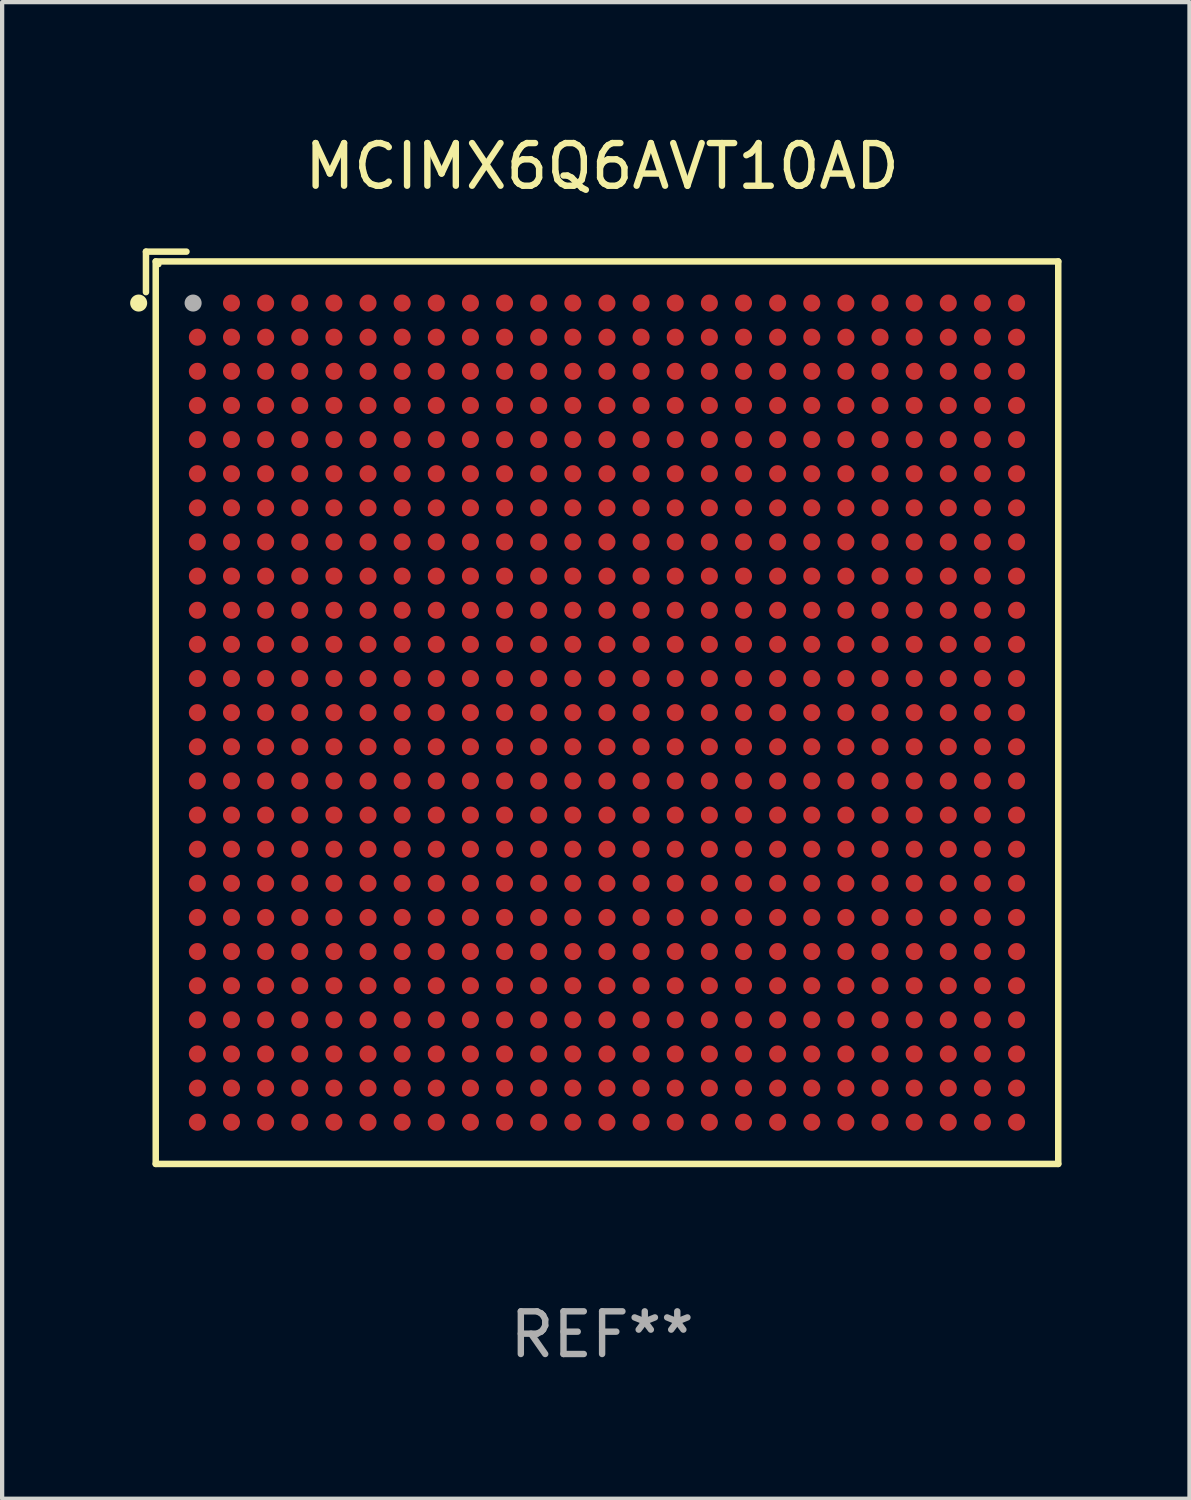
<source format=kicad_pcb>
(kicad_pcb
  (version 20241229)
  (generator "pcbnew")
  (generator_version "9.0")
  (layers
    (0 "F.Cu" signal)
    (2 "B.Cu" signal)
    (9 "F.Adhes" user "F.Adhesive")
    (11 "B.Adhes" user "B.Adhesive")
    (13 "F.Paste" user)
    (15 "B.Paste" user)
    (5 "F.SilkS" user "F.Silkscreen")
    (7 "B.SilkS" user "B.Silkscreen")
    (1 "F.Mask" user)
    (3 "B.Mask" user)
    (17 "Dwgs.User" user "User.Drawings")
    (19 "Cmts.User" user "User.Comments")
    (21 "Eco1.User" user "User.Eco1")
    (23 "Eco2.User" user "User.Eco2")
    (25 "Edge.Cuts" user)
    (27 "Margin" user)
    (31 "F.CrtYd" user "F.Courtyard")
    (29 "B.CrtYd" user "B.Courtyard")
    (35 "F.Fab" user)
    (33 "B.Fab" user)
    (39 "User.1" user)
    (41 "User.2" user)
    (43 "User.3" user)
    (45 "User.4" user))
  (footprint "MCIMX6Q6AVT10AD"
    (layer "F.Cu")
    (at 11.062 13.539)
    (property "Reference" "MCIMX6Q6AVT10AD" (at 0 -12.691 0) (layer "F.SilkS") (effects (font (size 1 1) (thickness 0.15))))
    (attr through_hole)
    (fp_line (start -10.691 -10.691) (end -10.691 -9.742) (stroke (width 0.152) (type solid)) (layer "F.SilkS"))
    (fp_line (start -10.462 -10.462) (end 10.691 -10.462) (stroke (width 0.152) (type solid)) (layer "F.SilkS"))
    (fp_line (start -10.462 10.691) (end -10.462 -10.462) (stroke (width 0.152) (type solid)) (layer "F.SilkS"))
    (fp_line (start -9.742 -10.691) (end -10.691 -10.691) (stroke (width 0.152) (type solid)) (layer "F.SilkS"))
    (fp_line (start 10.691 -10.462) (end 10.691 10.691) (stroke (width 0.152) (type solid)) (layer "F.SilkS"))
    (fp_line (start 10.691 10.691) (end -10.462 10.691) (stroke (width 0.152) (type solid)) (layer "F.SilkS"))
    (fp_circle (center -10.862 -9.486) (end -10.762 -9.486) (stroke (width 0.2) (type solid)) (fill no) (layer "F.SilkS"))
    (fp_circle (center -10.386 -10.386) (end -10.356 -10.386) (stroke (width 0.06) (type solid)) (fill no) (layer "F.SilkS"))
    (fp_circle (center -9.586 -9.486) (end -9.486 -9.486) (stroke (width 0.2) (type solid)) (fill no) (layer "F.Fab"))
    (fp_text user "REF**" (at 0 14.691 0) (layer "F.Fab") (effects (font (size 1 1) (thickness 0.15))))
    (pad "A2" smd circle (at -8.686 -9.486) (size 0.4 0.4) (layers "F.Cu" "F.Mask" "F.Paste"))
    (pad "A3" smd circle (at -7.886 -9.486) (size 0.4 0.4) (layers "F.Cu" "F.Mask" "F.Paste"))
    (pad "A4" smd circle (at -7.086 -9.486) (size 0.4 0.4) (layers "F.Cu" "F.Mask" "F.Paste"))
    (pad "A5" smd circle (at -6.286 -9.486) (size 0.4 0.4) (layers "F.Cu" "F.Mask" "F.Paste"))
    (pad "A6" smd circle (at -5.486 -9.486) (size 0.4 0.4) (layers "F.Cu" "F.Mask" "F.Paste"))
    (pad "A7" smd circle (at -4.686 -9.486) (size 0.4 0.4) (layers "F.Cu" "F.Mask" "F.Paste"))
    (pad "A8" smd circle (at -3.886 -9.486) (size 0.4 0.4) (layers "F.Cu" "F.Mask" "F.Paste"))
    (pad "A9" smd circle (at -3.086 -9.486) (size 0.4 0.4) (layers "F.Cu" "F.Mask" "F.Paste"))
    (pad "A10" smd circle (at -2.286 -9.486) (size 0.4 0.4) (layers "F.Cu" "F.Mask" "F.Paste"))
    (pad "A11" smd circle (at -1.486 -9.486) (size 0.4 0.4) (layers "F.Cu" "F.Mask" "F.Paste"))
    (pad "A12" smd circle (at -0.686 -9.486) (size 0.4 0.4) (layers "F.Cu" "F.Mask" "F.Paste"))
    (pad "A13" smd circle (at 0.114 -9.486) (size 0.4 0.4) (layers "F.Cu" "F.Mask" "F.Paste"))
    (pad "A14" smd circle (at 0.914 -9.486) (size 0.4 0.4) (layers "F.Cu" "F.Mask" "F.Paste"))
    (pad "A15" smd circle (at 1.714 -9.486) (size 0.4 0.4) (layers "F.Cu" "F.Mask" "F.Paste"))
    (pad "A16" smd circle (at 2.514 -9.486) (size 0.4 0.4) (layers "F.Cu" "F.Mask" "F.Paste"))
    (pad "A17" smd circle (at 3.314 -9.486) (size 0.4 0.4) (layers "F.Cu" "F.Mask" "F.Paste"))
    (pad "A18" smd circle (at 4.114 -9.486) (size 0.4 0.4) (layers "F.Cu" "F.Mask" "F.Paste"))
    (pad "A19" smd circle (at 4.914 -9.486) (size 0.4 0.4) (layers "F.Cu" "F.Mask" "F.Paste"))
    (pad "A20" smd circle (at 5.714 -9.486) (size 0.4 0.4) (layers "F.Cu" "F.Mask" "F.Paste"))
    (pad "A21" smd circle (at 6.514 -9.486) (size 0.4 0.4) (layers "F.Cu" "F.Mask" "F.Paste"))
    (pad "A22" smd circle (at 7.314 -9.486) (size 0.4 0.4) (layers "F.Cu" "F.Mask" "F.Paste"))
    (pad "A23" smd circle (at 8.114 -9.486) (size 0.4 0.4) (layers "F.Cu" "F.Mask" "F.Paste"))
    (pad "A24" smd circle (at 8.914 -9.486) (size 0.4 0.4) (layers "F.Cu" "F.Mask" "F.Paste"))
    (pad "A25" smd circle (at 9.714 -9.486) (size 0.4 0.4) (layers "F.Cu" "F.Mask" "F.Paste"))
    (pad "AA1" smd circle (at -9.486 6.514) (size 0.4 0.4) (layers "F.Cu" "F.Mask" "F.Paste"))
    (pad "AA2" smd circle (at -8.686 6.514) (size 0.4 0.4) (layers "F.Cu" "F.Mask" "F.Paste"))
    (pad "AA3" smd circle (at -7.886 6.514) (size 0.4 0.4) (layers "F.Cu" "F.Mask" "F.Paste"))
    (pad "AA4" smd circle (at -7.086 6.514) (size 0.4 0.4) (layers "F.Cu" "F.Mask" "F.Paste"))
    (pad "AA5" smd circle (at -6.286 6.514) (size 0.4 0.4) (layers "F.Cu" "F.Mask" "F.Paste"))
    (pad "AA6" smd circle (at -5.486 6.514) (size 0.4 0.4) (layers "F.Cu" "F.Mask" "F.Paste"))
    (pad "AA7" smd circle (at -4.686 6.514) (size 0.4 0.4) (layers "F.Cu" "F.Mask" "F.Paste"))
    (pad "AA8" smd circle (at -3.886 6.514) (size 0.4 0.4) (layers "F.Cu" "F.Mask" "F.Paste"))
    (pad "AA9" smd circle (at -3.086 6.514) (size 0.4 0.4) (layers "F.Cu" "F.Mask" "F.Paste"))
    (pad "AA10" smd circle (at -2.286 6.514) (size 0.4 0.4) (layers "F.Cu" "F.Mask" "F.Paste"))
    (pad "AA11" smd circle (at -1.486 6.514) (size 0.4 0.4) (layers "F.Cu" "F.Mask" "F.Paste"))
    (pad "AA12" smd circle (at -0.686 6.514) (size 0.4 0.4) (layers "F.Cu" "F.Mask" "F.Paste"))
    (pad "AA13" smd circle (at 0.114 6.514) (size 0.4 0.4) (layers "F.Cu" "F.Mask" "F.Paste"))
    (pad "AA14" smd circle (at 0.914 6.514) (size 0.4 0.4) (layers "F.Cu" "F.Mask" "F.Paste"))
    (pad "AA15" smd circle (at 1.714 6.514) (size 0.4 0.4) (layers "F.Cu" "F.Mask" "F.Paste"))
    (pad "AA16" smd circle (at 2.514 6.514) (size 0.4 0.4) (layers "F.Cu" "F.Mask" "F.Paste"))
    (pad "AA17" smd circle (at 3.314 6.514) (size 0.4 0.4) (layers "F.Cu" "F.Mask" "F.Paste"))
    (pad "AA18" smd circle (at 4.114 6.514) (size 0.4 0.4) (layers "F.Cu" "F.Mask" "F.Paste"))
    (pad "AA19" smd circle (at 4.914 6.514) (size 0.4 0.4) (layers "F.Cu" "F.Mask" "F.Paste"))
    (pad "AA20" smd circle (at 5.714 6.514) (size 0.4 0.4) (layers "F.Cu" "F.Mask" "F.Paste"))
    (pad "AA21" smd circle (at 6.514 6.514) (size 0.4 0.4) (layers "F.Cu" "F.Mask" "F.Paste"))
    (pad "AA22" smd circle (at 7.314 6.514) (size 0.4 0.4) (layers "F.Cu" "F.Mask" "F.Paste"))
    (pad "AA23" smd circle (at 8.114 6.514) (size 0.4 0.4) (layers "F.Cu" "F.Mask" "F.Paste"))
    (pad "AA24" smd circle (at 8.914 6.514) (size 0.4 0.4) (layers "F.Cu" "F.Mask" "F.Paste"))
    (pad "AA25" smd circle (at 9.714 6.514) (size 0.4 0.4) (layers "F.Cu" "F.Mask" "F.Paste"))
    (pad "AB1" smd circle (at -9.486 7.314) (size 0.4 0.4) (layers "F.Cu" "F.Mask" "F.Paste"))
    (pad "AB2" smd circle (at -8.686 7.314) (size 0.4 0.4) (layers "F.Cu" "F.Mask" "F.Paste"))
    (pad "AB3" smd circle (at -7.886 7.314) (size 0.4 0.4) (layers "F.Cu" "F.Mask" "F.Paste"))
    (pad "AB4" smd circle (at -7.086 7.314) (size 0.4 0.4) (layers "F.Cu" "F.Mask" "F.Paste"))
    (pad "AB5" smd circle (at -6.286 7.314) (size 0.4 0.4) (layers "F.Cu" "F.Mask" "F.Paste"))
    (pad "AB6" smd circle (at -5.486 7.314) (size 0.4 0.4) (layers "F.Cu" "F.Mask" "F.Paste"))
    (pad "AB7" smd circle (at -4.686 7.314) (size 0.4 0.4) (layers "F.Cu" "F.Mask" "F.Paste"))
    (pad "AB8" smd circle (at -3.886 7.314) (size 0.4 0.4) (layers "F.Cu" "F.Mask" "F.Paste"))
    (pad "AB9" smd circle (at -3.086 7.314) (size 0.4 0.4) (layers "F.Cu" "F.Mask" "F.Paste"))
    (pad "AB10" smd circle (at -2.286 7.314) (size 0.4 0.4) (layers "F.Cu" "F.Mask" "F.Paste"))
    (pad "AB11" smd circle (at -1.486 7.314) (size 0.4 0.4) (layers "F.Cu" "F.Mask" "F.Paste"))
    (pad "AB12" smd circle (at -0.686 7.314) (size 0.4 0.4) (layers "F.Cu" "F.Mask" "F.Paste"))
    (pad "AB13" smd circle (at 0.114 7.314) (size 0.4 0.4) (layers "F.Cu" "F.Mask" "F.Paste"))
    (pad "AB14" smd circle (at 0.914 7.314) (size 0.4 0.4) (layers "F.Cu" "F.Mask" "F.Paste"))
    (pad "AB15" smd circle (at 1.714 7.314) (size 0.4 0.4) (layers "F.Cu" "F.Mask" "F.Paste"))
    (pad "AB16" smd circle (at 2.514 7.314) (size 0.4 0.4) (layers "F.Cu" "F.Mask" "F.Paste"))
    (pad "AB17" smd circle (at 3.314 7.314) (size 0.4 0.4) (layers "F.Cu" "F.Mask" "F.Paste"))
    (pad "AB18" smd circle (at 4.114 7.314) (size 0.4 0.4) (layers "F.Cu" "F.Mask" "F.Paste"))
    (pad "AB19" smd circle (at 4.914 7.314) (size 0.4 0.4) (layers "F.Cu" "F.Mask" "F.Paste"))
    (pad "AB20" smd circle (at 5.714 7.314) (size 0.4 0.4) (layers "F.Cu" "F.Mask" "F.Paste"))
    (pad "AB21" smd circle (at 6.514 7.314) (size 0.4 0.4) (layers "F.Cu" "F.Mask" "F.Paste"))
    (pad "AB22" smd circle (at 7.314 7.314) (size 0.4 0.4) (layers "F.Cu" "F.Mask" "F.Paste"))
    (pad "AB23" smd circle (at 8.114 7.314) (size 0.4 0.4) (layers "F.Cu" "F.Mask" "F.Paste"))
    (pad "AB24" smd circle (at 8.914 7.314) (size 0.4 0.4) (layers "F.Cu" "F.Mask" "F.Paste"))
    (pad "AB25" smd circle (at 9.714 7.314) (size 0.4 0.4) (layers "F.Cu" "F.Mask" "F.Paste"))
    (pad "AC1" smd circle (at -9.486 8.114) (size 0.4 0.4) (layers "F.Cu" "F.Mask" "F.Paste"))
    (pad "AC2" smd circle (at -8.686 8.114) (size 0.4 0.4) (layers "F.Cu" "F.Mask" "F.Paste"))
    (pad "AC3" smd circle (at -7.886 8.114) (size 0.4 0.4) (layers "F.Cu" "F.Mask" "F.Paste"))
    (pad "AC4" smd circle (at -7.086 8.114) (size 0.4 0.4) (layers "F.Cu" "F.Mask" "F.Paste"))
    (pad "AC5" smd circle (at -6.286 8.114) (size 0.4 0.4) (layers "F.Cu" "F.Mask" "F.Paste"))
    (pad "AC6" smd circle (at -5.486 8.114) (size 0.4 0.4) (layers "F.Cu" "F.Mask" "F.Paste"))
    (pad "AC7" smd circle (at -4.686 8.114) (size 0.4 0.4) (layers "F.Cu" "F.Mask" "F.Paste"))
    (pad "AC8" smd circle (at -3.886 8.114) (size 0.4 0.4) (layers "F.Cu" "F.Mask" "F.Paste"))
    (pad "AC9" smd circle (at -3.086 8.114) (size 0.4 0.4) (layers "F.Cu" "F.Mask" "F.Paste"))
    (pad "AC10" smd circle (at -2.286 8.114) (size 0.4 0.4) (layers "F.Cu" "F.Mask" "F.Paste"))
    (pad "AC11" smd circle (at -1.486 8.114) (size 0.4 0.4) (layers "F.Cu" "F.Mask" "F.Paste"))
    (pad "AC12" smd circle (at -0.686 8.114) (size 0.4 0.4) (layers "F.Cu" "F.Mask" "F.Paste"))
    (pad "AC13" smd circle (at 0.114 8.114) (size 0.4 0.4) (layers "F.Cu" "F.Mask" "F.Paste"))
    (pad "AC14" smd circle (at 0.914 8.114) (size 0.4 0.4) (layers "F.Cu" "F.Mask" "F.Paste"))
    (pad "AC15" smd circle (at 1.714 8.114) (size 0.4 0.4) (layers "F.Cu" "F.Mask" "F.Paste"))
    (pad "AC16" smd circle (at 2.514 8.114) (size 0.4 0.4) (layers "F.Cu" "F.Mask" "F.Paste"))
    (pad "AC17" smd circle (at 3.314 8.114) (size 0.4 0.4) (layers "F.Cu" "F.Mask" "F.Paste"))
    (pad "AC18" smd circle (at 4.114 8.114) (size 0.4 0.4) (layers "F.Cu" "F.Mask" "F.Paste"))
    (pad "AC19" smd circle (at 4.914 8.114) (size 0.4 0.4) (layers "F.Cu" "F.Mask" "F.Paste"))
    (pad "AC20" smd circle (at 5.714 8.114) (size 0.4 0.4) (layers "F.Cu" "F.Mask" "F.Paste"))
    (pad "AC21" smd circle (at 6.514 8.114) (size 0.4 0.4) (layers "F.Cu" "F.Mask" "F.Paste"))
    (pad "AC22" smd circle (at 7.314 8.114) (size 0.4 0.4) (layers "F.Cu" "F.Mask" "F.Paste"))
    (pad "AC23" smd circle (at 8.114 8.114) (size 0.4 0.4) (layers "F.Cu" "F.Mask" "F.Paste"))
    (pad "AC24" smd circle (at 8.914 8.114) (size 0.4 0.4) (layers "F.Cu" "F.Mask" "F.Paste"))
    (pad "AC25" smd circle (at 9.714 8.114) (size 0.4 0.4) (layers "F.Cu" "F.Mask" "F.Paste"))
    (pad "AD1" smd circle (at -9.486 8.914) (size 0.4 0.4) (layers "F.Cu" "F.Mask" "F.Paste"))
    (pad "AD2" smd circle (at -8.686 8.914) (size 0.4 0.4) (layers "F.Cu" "F.Mask" "F.Paste"))
    (pad "AD3" smd circle (at -7.886 8.914) (size 0.4 0.4) (layers "F.Cu" "F.Mask" "F.Paste"))
    (pad "AD4" smd circle (at -7.086 8.914) (size 0.4 0.4) (layers "F.Cu" "F.Mask" "F.Paste"))
    (pad "AD5" smd circle (at -6.286 8.914) (size 0.4 0.4) (layers "F.Cu" "F.Mask" "F.Paste"))
    (pad "AD6" smd circle (at -5.486 8.914) (size 0.4 0.4) (layers "F.Cu" "F.Mask" "F.Paste"))
    (pad "AD7" smd circle (at -4.686 8.914) (size 0.4 0.4) (layers "F.Cu" "F.Mask" "F.Paste"))
    (pad "AD8" smd circle (at -3.886 8.914) (size 0.4 0.4) (layers "F.Cu" "F.Mask" "F.Paste"))
    (pad "AD9" smd circle (at -3.086 8.914) (size 0.4 0.4) (layers "F.Cu" "F.Mask" "F.Paste"))
    (pad "AD10" smd circle (at -2.286 8.914) (size 0.4 0.4) (layers "F.Cu" "F.Mask" "F.Paste"))
    (pad "AD11" smd circle (at -1.486 8.914) (size 0.4 0.4) (layers "F.Cu" "F.Mask" "F.Paste"))
    (pad "AD12" smd circle (at -0.686 8.914) (size 0.4 0.4) (layers "F.Cu" "F.Mask" "F.Paste"))
    (pad "AD13" smd circle (at 0.114 8.914) (size 0.4 0.4) (layers "F.Cu" "F.Mask" "F.Paste"))
    (pad "AD14" smd circle (at 0.914 8.914) (size 0.4 0.4) (layers "F.Cu" "F.Mask" "F.Paste"))
    (pad "AD15" smd circle (at 1.714 8.914) (size 0.4 0.4) (layers "F.Cu" "F.Mask" "F.Paste"))
    (pad "AD16" smd circle (at 2.514 8.914) (size 0.4 0.4) (layers "F.Cu" "F.Mask" "F.Paste"))
    (pad "AD17" smd circle (at 3.314 8.914) (size 0.4 0.4) (layers "F.Cu" "F.Mask" "F.Paste"))
    (pad "AD18" smd circle (at 4.114 8.914) (size 0.4 0.4) (layers "F.Cu" "F.Mask" "F.Paste"))
    (pad "AD19" smd circle (at 4.914 8.914) (size 0.4 0.4) (layers "F.Cu" "F.Mask" "F.Paste"))
    (pad "AD20" smd circle (at 5.714 8.914) (size 0.4 0.4) (layers "F.Cu" "F.Mask" "F.Paste"))
    (pad "AD21" smd circle (at 6.514 8.914) (size 0.4 0.4) (layers "F.Cu" "F.Mask" "F.Paste"))
    (pad "AD22" smd circle (at 7.314 8.914) (size 0.4 0.4) (layers "F.Cu" "F.Mask" "F.Paste"))
    (pad "AD23" smd circle (at 8.114 8.914) (size 0.4 0.4) (layers "F.Cu" "F.Mask" "F.Paste"))
    (pad "AD24" smd circle (at 8.914 8.914) (size 0.4 0.4) (layers "F.Cu" "F.Mask" "F.Paste"))
    (pad "AD25" smd circle (at 9.714 8.914) (size 0.4 0.4) (layers "F.Cu" "F.Mask" "F.Paste"))
    (pad "AE1" smd circle (at -9.486 9.714) (size 0.4 0.4) (layers "F.Cu" "F.Mask" "F.Paste"))
    (pad "AE2" smd circle (at -8.686 9.714) (size 0.4 0.4) (layers "F.Cu" "F.Mask" "F.Paste"))
    (pad "AE3" smd circle (at -7.886 9.714) (size 0.4 0.4) (layers "F.Cu" "F.Mask" "F.Paste"))
    (pad "AE4" smd circle (at -7.086 9.714) (size 0.4 0.4) (layers "F.Cu" "F.Mask" "F.Paste"))
    (pad "AE5" smd circle (at -6.286 9.714) (size 0.4 0.4) (layers "F.Cu" "F.Mask" "F.Paste"))
    (pad "AE6" smd circle (at -5.486 9.714) (size 0.4 0.4) (layers "F.Cu" "F.Mask" "F.Paste"))
    (pad "AE7" smd circle (at -4.686 9.714) (size 0.4 0.4) (layers "F.Cu" "F.Mask" "F.Paste"))
    (pad "AE8" smd circle (at -3.886 9.714) (size 0.4 0.4) (layers "F.Cu" "F.Mask" "F.Paste"))
    (pad "AE9" smd circle (at -3.086 9.714) (size 0.4 0.4) (layers "F.Cu" "F.Mask" "F.Paste"))
    (pad "AE10" smd circle (at -2.286 9.714) (size 0.4 0.4) (layers "F.Cu" "F.Mask" "F.Paste"))
    (pad "AE11" smd circle (at -1.486 9.714) (size 0.4 0.4) (layers "F.Cu" "F.Mask" "F.Paste"))
    (pad "AE12" smd circle (at -0.686 9.714) (size 0.4 0.4) (layers "F.Cu" "F.Mask" "F.Paste"))
    (pad "AE13" smd circle (at 0.114 9.714) (size 0.4 0.4) (layers "F.Cu" "F.Mask" "F.Paste"))
    (pad "AE14" smd circle (at 0.914 9.714) (size 0.4 0.4) (layers "F.Cu" "F.Mask" "F.Paste"))
    (pad "AE15" smd circle (at 1.714 9.714) (size 0.4 0.4) (layers "F.Cu" "F.Mask" "F.Paste"))
    (pad "AE16" smd circle (at 2.514 9.714) (size 0.4 0.4) (layers "F.Cu" "F.Mask" "F.Paste"))
    (pad "AE17" smd circle (at 3.314 9.714) (size 0.4 0.4) (layers "F.Cu" "F.Mask" "F.Paste"))
    (pad "AE18" smd circle (at 4.114 9.714) (size 0.4 0.4) (layers "F.Cu" "F.Mask" "F.Paste"))
    (pad "AE19" smd circle (at 4.914 9.714) (size 0.4 0.4) (layers "F.Cu" "F.Mask" "F.Paste"))
    (pad "AE20" smd circle (at 5.714 9.714) (size 0.4 0.4) (layers "F.Cu" "F.Mask" "F.Paste"))
    (pad "AE21" smd circle (at 6.514 9.714) (size 0.4 0.4) (layers "F.Cu" "F.Mask" "F.Paste"))
    (pad "AE22" smd circle (at 7.314 9.714) (size 0.4 0.4) (layers "F.Cu" "F.Mask" "F.Paste"))
    (pad "AE23" smd circle (at 8.114 9.714) (size 0.4 0.4) (layers "F.Cu" "F.Mask" "F.Paste"))
    (pad "AE24" smd circle (at 8.914 9.714) (size 0.4 0.4) (layers "F.Cu" "F.Mask" "F.Paste"))
    (pad "AE25" smd circle (at 9.714 9.714) (size 0.4 0.4) (layers "F.Cu" "F.Mask" "F.Paste"))
    (pad "B1" smd circle (at -9.486 -8.686) (size 0.4 0.4) (layers "F.Cu" "F.Mask" "F.Paste"))
    (pad "B2" smd circle (at -8.686 -8.686) (size 0.4 0.4) (layers "F.Cu" "F.Mask" "F.Paste"))
    (pad "B3" smd circle (at -7.886 -8.686) (size 0.4 0.4) (layers "F.Cu" "F.Mask" "F.Paste"))
    (pad "B4" smd circle (at -7.086 -8.686) (size 0.4 0.4) (layers "F.Cu" "F.Mask" "F.Paste"))
    (pad "B5" smd circle (at -6.286 -8.686) (size 0.4 0.4) (layers "F.Cu" "F.Mask" "F.Paste"))
    (pad "B6" smd circle (at -5.486 -8.686) (size 0.4 0.4) (layers "F.Cu" "F.Mask" "F.Paste"))
    (pad "B7" smd circle (at -4.686 -8.686) (size 0.4 0.4) (layers "F.Cu" "F.Mask" "F.Paste"))
    (pad "B8" smd circle (at -3.886 -8.686) (size 0.4 0.4) (layers "F.Cu" "F.Mask" "F.Paste"))
    (pad "B9" smd circle (at -3.086 -8.686) (size 0.4 0.4) (layers "F.Cu" "F.Mask" "F.Paste"))
    (pad "B10" smd circle (at -2.286 -8.686) (size 0.4 0.4) (layers "F.Cu" "F.Mask" "F.Paste"))
    (pad "B11" smd circle (at -1.486 -8.686) (size 0.4 0.4) (layers "F.Cu" "F.Mask" "F.Paste"))
    (pad "B12" smd circle (at -0.686 -8.686) (size 0.4 0.4) (layers "F.Cu" "F.Mask" "F.Paste"))
    (pad "B13" smd circle (at 0.114 -8.686) (size 0.4 0.4) (layers "F.Cu" "F.Mask" "F.Paste"))
    (pad "B14" smd circle (at 0.914 -8.686) (size 0.4 0.4) (layers "F.Cu" "F.Mask" "F.Paste"))
    (pad "B15" smd circle (at 1.714 -8.686) (size 0.4 0.4) (layers "F.Cu" "F.Mask" "F.Paste"))
    (pad "B16" smd circle (at 2.514 -8.686) (size 0.4 0.4) (layers "F.Cu" "F.Mask" "F.Paste"))
    (pad "B17" smd circle (at 3.314 -8.686) (size 0.4 0.4) (layers "F.Cu" "F.Mask" "F.Paste"))
    (pad "B18" smd circle (at 4.114 -8.686) (size 0.4 0.4) (layers "F.Cu" "F.Mask" "F.Paste"))
    (pad "B19" smd circle (at 4.914 -8.686) (size 0.4 0.4) (layers "F.Cu" "F.Mask" "F.Paste"))
    (pad "B20" smd circle (at 5.714 -8.686) (size 0.4 0.4) (layers "F.Cu" "F.Mask" "F.Paste"))
    (pad "B21" smd circle (at 6.514 -8.686) (size 0.4 0.4) (layers "F.Cu" "F.Mask" "F.Paste"))
    (pad "B22" smd circle (at 7.314 -8.686) (size 0.4 0.4) (layers "F.Cu" "F.Mask" "F.Paste"))
    (pad "B23" smd circle (at 8.114 -8.686) (size 0.4 0.4) (layers "F.Cu" "F.Mask" "F.Paste"))
    (pad "B24" smd circle (at 8.914 -8.686) (size 0.4 0.4) (layers "F.Cu" "F.Mask" "F.Paste"))
    (pad "B25" smd circle (at 9.714 -8.686) (size 0.4 0.4) (layers "F.Cu" "F.Mask" "F.Paste"))
    (pad "C1" smd circle (at -9.486 -7.886) (size 0.4 0.4) (layers "F.Cu" "F.Mask" "F.Paste"))
    (pad "C2" smd circle (at -8.686 -7.886) (size 0.4 0.4) (layers "F.Cu" "F.Mask" "F.Paste"))
    (pad "C3" smd circle (at -7.886 -7.886) (size 0.4 0.4) (layers "F.Cu" "F.Mask" "F.Paste"))
    (pad "C4" smd circle (at -7.086 -7.886) (size 0.4 0.4) (layers "F.Cu" "F.Mask" "F.Paste"))
    (pad "C5" smd circle (at -6.286 -7.886) (size 0.4 0.4) (layers "F.Cu" "F.Mask" "F.Paste"))
    (pad "C6" smd circle (at -5.486 -7.886) (size 0.4 0.4) (layers "F.Cu" "F.Mask" "F.Paste"))
    (pad "C7" smd circle (at -4.686 -7.886) (size 0.4 0.4) (layers "F.Cu" "F.Mask" "F.Paste"))
    (pad "C8" smd circle (at -3.886 -7.886) (size 0.4 0.4) (layers "F.Cu" "F.Mask" "F.Paste"))
    (pad "C9" smd circle (at -3.086 -7.886) (size 0.4 0.4) (layers "F.Cu" "F.Mask" "F.Paste"))
    (pad "C10" smd circle (at -2.286 -7.886) (size 0.4 0.4) (layers "F.Cu" "F.Mask" "F.Paste"))
    (pad "C11" smd circle (at -1.486 -7.886) (size 0.4 0.4) (layers "F.Cu" "F.Mask" "F.Paste"))
    (pad "C12" smd circle (at -0.686 -7.886) (size 0.4 0.4) (layers "F.Cu" "F.Mask" "F.Paste"))
    (pad "C13" smd circle (at 0.114 -7.886) (size 0.4 0.4) (layers "F.Cu" "F.Mask" "F.Paste"))
    (pad "C14" smd circle (at 0.914 -7.886) (size 0.4 0.4) (layers "F.Cu" "F.Mask" "F.Paste"))
    (pad "C15" smd circle (at 1.714 -7.886) (size 0.4 0.4) (layers "F.Cu" "F.Mask" "F.Paste"))
    (pad "C16" smd circle (at 2.514 -7.886) (size 0.4 0.4) (layers "F.Cu" "F.Mask" "F.Paste"))
    (pad "C17" smd circle (at 3.314 -7.886) (size 0.4 0.4) (layers "F.Cu" "F.Mask" "F.Paste"))
    (pad "C18" smd circle (at 4.114 -7.886) (size 0.4 0.4) (layers "F.Cu" "F.Mask" "F.Paste"))
    (pad "C19" smd circle (at 4.914 -7.886) (size 0.4 0.4) (layers "F.Cu" "F.Mask" "F.Paste"))
    (pad "C20" smd circle (at 5.714 -7.886) (size 0.4 0.4) (layers "F.Cu" "F.Mask" "F.Paste"))
    (pad "C21" smd circle (at 6.514 -7.886) (size 0.4 0.4) (layers "F.Cu" "F.Mask" "F.Paste"))
    (pad "C22" smd circle (at 7.314 -7.886) (size 0.4 0.4) (layers "F.Cu" "F.Mask" "F.Paste"))
    (pad "C23" smd circle (at 8.114 -7.886) (size 0.4 0.4) (layers "F.Cu" "F.Mask" "F.Paste"))
    (pad "C24" smd circle (at 8.914 -7.886) (size 0.4 0.4) (layers "F.Cu" "F.Mask" "F.Paste"))
    (pad "C25" smd circle (at 9.714 -7.886) (size 0.4 0.4) (layers "F.Cu" "F.Mask" "F.Paste"))
    (pad "D1" smd circle (at -9.486 -7.086) (size 0.4 0.4) (layers "F.Cu" "F.Mask" "F.Paste"))
    (pad "D2" smd circle (at -8.686 -7.086) (size 0.4 0.4) (layers "F.Cu" "F.Mask" "F.Paste"))
    (pad "D3" smd circle (at -7.886 -7.086) (size 0.4 0.4) (layers "F.Cu" "F.Mask" "F.Paste"))
    (pad "D4" smd circle (at -7.086 -7.086) (size 0.4 0.4) (layers "F.Cu" "F.Mask" "F.Paste"))
    (pad "D5" smd circle (at -6.286 -7.086) (size 0.4 0.4) (layers "F.Cu" "F.Mask" "F.Paste"))
    (pad "D6" smd circle (at -5.486 -7.086) (size 0.4 0.4) (layers "F.Cu" "F.Mask" "F.Paste"))
    (pad "D7" smd circle (at -4.686 -7.086) (size 0.4 0.4) (layers "F.Cu" "F.Mask" "F.Paste"))
    (pad "D8" smd circle (at -3.886 -7.086) (size 0.4 0.4) (layers "F.Cu" "F.Mask" "F.Paste"))
    (pad "D9" smd circle (at -3.086 -7.086) (size 0.4 0.4) (layers "F.Cu" "F.Mask" "F.Paste"))
    (pad "D10" smd circle (at -2.286 -7.086) (size 0.4 0.4) (layers "F.Cu" "F.Mask" "F.Paste"))
    (pad "D11" smd circle (at -1.486 -7.086) (size 0.4 0.4) (layers "F.Cu" "F.Mask" "F.Paste"))
    (pad "D12" smd circle (at -0.686 -7.086) (size 0.4 0.4) (layers "F.Cu" "F.Mask" "F.Paste"))
    (pad "D13" smd circle (at 0.114 -7.086) (size 0.4 0.4) (layers "F.Cu" "F.Mask" "F.Paste"))
    (pad "D14" smd circle (at 0.914 -7.086) (size 0.4 0.4) (layers "F.Cu" "F.Mask" "F.Paste"))
    (pad "D15" smd circle (at 1.714 -7.086) (size 0.4 0.4) (layers "F.Cu" "F.Mask" "F.Paste"))
    (pad "D16" smd circle (at 2.514 -7.086) (size 0.4 0.4) (layers "F.Cu" "F.Mask" "F.Paste"))
    (pad "D17" smd circle (at 3.314 -7.086) (size 0.4 0.4) (layers "F.Cu" "F.Mask" "F.Paste"))
    (pad "D18" smd circle (at 4.114 -7.086) (size 0.4 0.4) (layers "F.Cu" "F.Mask" "F.Paste"))
    (pad "D19" smd circle (at 4.914 -7.086) (size 0.4 0.4) (layers "F.Cu" "F.Mask" "F.Paste"))
    (pad "D20" smd circle (at 5.714 -7.086) (size 0.4 0.4) (layers "F.Cu" "F.Mask" "F.Paste"))
    (pad "D21" smd circle (at 6.514 -7.086) (size 0.4 0.4) (layers "F.Cu" "F.Mask" "F.Paste"))
    (pad "D22" smd circle (at 7.314 -7.086) (size 0.4 0.4) (layers "F.Cu" "F.Mask" "F.Paste"))
    (pad "D23" smd circle (at 8.114 -7.086) (size 0.4 0.4) (layers "F.Cu" "F.Mask" "F.Paste"))
    (pad "D24" smd circle (at 8.914 -7.086) (size 0.4 0.4) (layers "F.Cu" "F.Mask" "F.Paste"))
    (pad "D25" smd circle (at 9.714 -7.086) (size 0.4 0.4) (layers "F.Cu" "F.Mask" "F.Paste"))
    (pad "E1" smd circle (at -9.486 -6.286) (size 0.4 0.4) (layers "F.Cu" "F.Mask" "F.Paste"))
    (pad "E2" smd circle (at -8.686 -6.286) (size 0.4 0.4) (layers "F.Cu" "F.Mask" "F.Paste"))
    (pad "E3" smd circle (at -7.886 -6.286) (size 0.4 0.4) (layers "F.Cu" "F.Mask" "F.Paste"))
    (pad "E4" smd circle (at -7.086 -6.286) (size 0.4 0.4) (layers "F.Cu" "F.Mask" "F.Paste"))
    (pad "E5" smd circle (at -6.286 -6.286) (size 0.4 0.4) (layers "F.Cu" "F.Mask" "F.Paste"))
    (pad "E6" smd circle (at -5.486 -6.286) (size 0.4 0.4) (layers "F.Cu" "F.Mask" "F.Paste"))
    (pad "E7" smd circle (at -4.686 -6.286) (size 0.4 0.4) (layers "F.Cu" "F.Mask" "F.Paste"))
    (pad "E8" smd circle (at -3.886 -6.286) (size 0.4 0.4) (layers "F.Cu" "F.Mask" "F.Paste"))
    (pad "E9" smd circle (at -3.086 -6.286) (size 0.4 0.4) (layers "F.Cu" "F.Mask" "F.Paste"))
    (pad "E10" smd circle (at -2.286 -6.286) (size 0.4 0.4) (layers "F.Cu" "F.Mask" "F.Paste"))
    (pad "E11" smd circle (at -1.486 -6.286) (size 0.4 0.4) (layers "F.Cu" "F.Mask" "F.Paste"))
    (pad "E12" smd circle (at -0.686 -6.286) (size 0.4 0.4) (layers "F.Cu" "F.Mask" "F.Paste"))
    (pad "E13" smd circle (at 0.114 -6.286) (size 0.4 0.4) (layers "F.Cu" "F.Mask" "F.Paste"))
    (pad "E14" smd circle (at 0.914 -6.286) (size 0.4 0.4) (layers "F.Cu" "F.Mask" "F.Paste"))
    (pad "E15" smd circle (at 1.714 -6.286) (size 0.4 0.4) (layers "F.Cu" "F.Mask" "F.Paste"))
    (pad "E16" smd circle (at 2.514 -6.286) (size 0.4 0.4) (layers "F.Cu" "F.Mask" "F.Paste"))
    (pad "E17" smd circle (at 3.314 -6.286) (size 0.4 0.4) (layers "F.Cu" "F.Mask" "F.Paste"))
    (pad "E18" smd circle (at 4.114 -6.286) (size 0.4 0.4) (layers "F.Cu" "F.Mask" "F.Paste"))
    (pad "E19" smd circle (at 4.914 -6.286) (size 0.4 0.4) (layers "F.Cu" "F.Mask" "F.Paste"))
    (pad "E20" smd circle (at 5.714 -6.286) (size 0.4 0.4) (layers "F.Cu" "F.Mask" "F.Paste"))
    (pad "E21" smd circle (at 6.514 -6.286) (size 0.4 0.4) (layers "F.Cu" "F.Mask" "F.Paste"))
    (pad "E22" smd circle (at 7.314 -6.286) (size 0.4 0.4) (layers "F.Cu" "F.Mask" "F.Paste"))
    (pad "E23" smd circle (at 8.114 -6.286) (size 0.4 0.4) (layers "F.Cu" "F.Mask" "F.Paste"))
    (pad "E24" smd circle (at 8.914 -6.286) (size 0.4 0.4) (layers "F.Cu" "F.Mask" "F.Paste"))
    (pad "E25" smd circle (at 9.714 -6.286) (size 0.4 0.4) (layers "F.Cu" "F.Mask" "F.Paste"))
    (pad "F1" smd circle (at -9.486 -5.486) (size 0.4 0.4) (layers "F.Cu" "F.Mask" "F.Paste"))
    (pad "F2" smd circle (at -8.686 -5.486) (size 0.4 0.4) (layers "F.Cu" "F.Mask" "F.Paste"))
    (pad "F3" smd circle (at -7.886 -5.486) (size 0.4 0.4) (layers "F.Cu" "F.Mask" "F.Paste"))
    (pad "F4" smd circle (at -7.086 -5.486) (size 0.4 0.4) (layers "F.Cu" "F.Mask" "F.Paste"))
    (pad "F5" smd circle (at -6.286 -5.486) (size 0.4 0.4) (layers "F.Cu" "F.Mask" "F.Paste"))
    (pad "F6" smd circle (at -5.486 -5.486) (size 0.4 0.4) (layers "F.Cu" "F.Mask" "F.Paste"))
    (pad "F7" smd circle (at -4.686 -5.486) (size 0.4 0.4) (layers "F.Cu" "F.Mask" "F.Paste"))
    (pad "F8" smd circle (at -3.886 -5.486) (size 0.4 0.4) (layers "F.Cu" "F.Mask" "F.Paste"))
    (pad "F9" smd circle (at -3.086 -5.486) (size 0.4 0.4) (layers "F.Cu" "F.Mask" "F.Paste"))
    (pad "F10" smd circle (at -2.286 -5.486) (size 0.4 0.4) (layers "F.Cu" "F.Mask" "F.Paste"))
    (pad "F11" smd circle (at -1.486 -5.486) (size 0.4 0.4) (layers "F.Cu" "F.Mask" "F.Paste"))
    (pad "F12" smd circle (at -0.686 -5.486) (size 0.4 0.4) (layers "F.Cu" "F.Mask" "F.Paste"))
    (pad "F13" smd circle (at 0.114 -5.486) (size 0.4 0.4) (layers "F.Cu" "F.Mask" "F.Paste"))
    (pad "F14" smd circle (at 0.914 -5.486) (size 0.4 0.4) (layers "F.Cu" "F.Mask" "F.Paste"))
    (pad "F15" smd circle (at 1.714 -5.486) (size 0.4 0.4) (layers "F.Cu" "F.Mask" "F.Paste"))
    (pad "F16" smd circle (at 2.514 -5.486) (size 0.4 0.4) (layers "F.Cu" "F.Mask" "F.Paste"))
    (pad "F17" smd circle (at 3.314 -5.486) (size 0.4 0.4) (layers "F.Cu" "F.Mask" "F.Paste"))
    (pad "F18" smd circle (at 4.114 -5.486) (size 0.4 0.4) (layers "F.Cu" "F.Mask" "F.Paste"))
    (pad "F19" smd circle (at 4.914 -5.486) (size 0.4 0.4) (layers "F.Cu" "F.Mask" "F.Paste"))
    (pad "F20" smd circle (at 5.714 -5.486) (size 0.4 0.4) (layers "F.Cu" "F.Mask" "F.Paste"))
    (pad "F21" smd circle (at 6.514 -5.486) (size 0.4 0.4) (layers "F.Cu" "F.Mask" "F.Paste"))
    (pad "F22" smd circle (at 7.314 -5.486) (size 0.4 0.4) (layers "F.Cu" "F.Mask" "F.Paste"))
    (pad "F23" smd circle (at 8.114 -5.486) (size 0.4 0.4) (layers "F.Cu" "F.Mask" "F.Paste"))
    (pad "F24" smd circle (at 8.914 -5.486) (size 0.4 0.4) (layers "F.Cu" "F.Mask" "F.Paste"))
    (pad "F25" smd circle (at 9.714 -5.486) (size 0.4 0.4) (layers "F.Cu" "F.Mask" "F.Paste"))
    (pad "G1" smd circle (at -9.486 -4.686) (size 0.4 0.4) (layers "F.Cu" "F.Mask" "F.Paste"))
    (pad "G2" smd circle (at -8.686 -4.686) (size 0.4 0.4) (layers "F.Cu" "F.Mask" "F.Paste"))
    (pad "G3" smd circle (at -7.886 -4.686) (size 0.4 0.4) (layers "F.Cu" "F.Mask" "F.Paste"))
    (pad "G4" smd circle (at -7.086 -4.686) (size 0.4 0.4) (layers "F.Cu" "F.Mask" "F.Paste"))
    (pad "G5" smd circle (at -6.286 -4.686) (size 0.4 0.4) (layers "F.Cu" "F.Mask" "F.Paste"))
    (pad "G6" smd circle (at -5.486 -4.686) (size 0.4 0.4) (layers "F.Cu" "F.Mask" "F.Paste"))
    (pad "G7" smd circle (at -4.686 -4.686) (size 0.4 0.4) (layers "F.Cu" "F.Mask" "F.Paste"))
    (pad "G8" smd circle (at -3.886 -4.686) (size 0.4 0.4) (layers "F.Cu" "F.Mask" "F.Paste"))
    (pad "G9" smd circle (at -3.086 -4.686) (size 0.4 0.4) (layers "F.Cu" "F.Mask" "F.Paste"))
    (pad "G10" smd circle (at -2.286 -4.686) (size 0.4 0.4) (layers "F.Cu" "F.Mask" "F.Paste"))
    (pad "G11" smd circle (at -1.486 -4.686) (size 0.4 0.4) (layers "F.Cu" "F.Mask" "F.Paste"))
    (pad "G12" smd circle (at -0.686 -4.686) (size 0.4 0.4) (layers "F.Cu" "F.Mask" "F.Paste"))
    (pad "G13" smd circle (at 0.114 -4.686) (size 0.4 0.4) (layers "F.Cu" "F.Mask" "F.Paste"))
    (pad "G14" smd circle (at 0.914 -4.686) (size 0.4 0.4) (layers "F.Cu" "F.Mask" "F.Paste"))
    (pad "G15" smd circle (at 1.714 -4.686) (size 0.4 0.4) (layers "F.Cu" "F.Mask" "F.Paste"))
    (pad "G16" smd circle (at 2.514 -4.686) (size 0.4 0.4) (layers "F.Cu" "F.Mask" "F.Paste"))
    (pad "G17" smd circle (at 3.314 -4.686) (size 0.4 0.4) (layers "F.Cu" "F.Mask" "F.Paste"))
    (pad "G18" smd circle (at 4.114 -4.686) (size 0.4 0.4) (layers "F.Cu" "F.Mask" "F.Paste"))
    (pad "G19" smd circle (at 4.914 -4.686) (size 0.4 0.4) (layers "F.Cu" "F.Mask" "F.Paste"))
    (pad "G20" smd circle (at 5.714 -4.686) (size 0.4 0.4) (layers "F.Cu" "F.Mask" "F.Paste"))
    (pad "G21" smd circle (at 6.514 -4.686) (size 0.4 0.4) (layers "F.Cu" "F.Mask" "F.Paste"))
    (pad "G22" smd circle (at 7.314 -4.686) (size 0.4 0.4) (layers "F.Cu" "F.Mask" "F.Paste"))
    (pad "G23" smd circle (at 8.114 -4.686) (size 0.4 0.4) (layers "F.Cu" "F.Mask" "F.Paste"))
    (pad "G24" smd circle (at 8.914 -4.686) (size 0.4 0.4) (layers "F.Cu" "F.Mask" "F.Paste"))
    (pad "G25" smd circle (at 9.714 -4.686) (size 0.4 0.4) (layers "F.Cu" "F.Mask" "F.Paste"))
    (pad "H1" smd circle (at -9.486 -3.886) (size 0.4 0.4) (layers "F.Cu" "F.Mask" "F.Paste"))
    (pad "H2" smd circle (at -8.686 -3.886) (size 0.4 0.4) (layers "F.Cu" "F.Mask" "F.Paste"))
    (pad "H3" smd circle (at -7.886 -3.886) (size 0.4 0.4) (layers "F.Cu" "F.Mask" "F.Paste"))
    (pad "H4" smd circle (at -7.086 -3.886) (size 0.4 0.4) (layers "F.Cu" "F.Mask" "F.Paste"))
    (pad "H5" smd circle (at -6.286 -3.886) (size 0.4 0.4) (layers "F.Cu" "F.Mask" "F.Paste"))
    (pad "H6" smd circle (at -5.486 -3.886) (size 0.4 0.4) (layers "F.Cu" "F.Mask" "F.Paste"))
    (pad "H7" smd circle (at -4.686 -3.886) (size 0.4 0.4) (layers "F.Cu" "F.Mask" "F.Paste"))
    (pad "H8" smd circle (at -3.886 -3.886) (size 0.4 0.4) (layers "F.Cu" "F.Mask" "F.Paste"))
    (pad "H9" smd circle (at -3.086 -3.886) (size 0.4 0.4) (layers "F.Cu" "F.Mask" "F.Paste"))
    (pad "H10" smd circle (at -2.286 -3.886) (size 0.4 0.4) (layers "F.Cu" "F.Mask" "F.Paste"))
    (pad "H11" smd circle (at -1.486 -3.886) (size 0.4 0.4) (layers "F.Cu" "F.Mask" "F.Paste"))
    (pad "H12" smd circle (at -0.686 -3.886) (size 0.4 0.4) (layers "F.Cu" "F.Mask" "F.Paste"))
    (pad "H13" smd circle (at 0.114 -3.886) (size 0.4 0.4) (layers "F.Cu" "F.Mask" "F.Paste"))
    (pad "H14" smd circle (at 0.914 -3.886) (size 0.4 0.4) (layers "F.Cu" "F.Mask" "F.Paste"))
    (pad "H15" smd circle (at 1.714 -3.886) (size 0.4 0.4) (layers "F.Cu" "F.Mask" "F.Paste"))
    (pad "H16" smd circle (at 2.514 -3.886) (size 0.4 0.4) (layers "F.Cu" "F.Mask" "F.Paste"))
    (pad "H17" smd circle (at 3.314 -3.886) (size 0.4 0.4) (layers "F.Cu" "F.Mask" "F.Paste"))
    (pad "H18" smd circle (at 4.114 -3.886) (size 0.4 0.4) (layers "F.Cu" "F.Mask" "F.Paste"))
    (pad "H19" smd circle (at 4.914 -3.886) (size 0.4 0.4) (layers "F.Cu" "F.Mask" "F.Paste"))
    (pad "H20" smd circle (at 5.714 -3.886) (size 0.4 0.4) (layers "F.Cu" "F.Mask" "F.Paste"))
    (pad "H21" smd circle (at 6.514 -3.886) (size 0.4 0.4) (layers "F.Cu" "F.Mask" "F.Paste"))
    (pad "H22" smd circle (at 7.314 -3.886) (size 0.4 0.4) (layers "F.Cu" "F.Mask" "F.Paste"))
    (pad "H23" smd circle (at 8.114 -3.886) (size 0.4 0.4) (layers "F.Cu" "F.Mask" "F.Paste"))
    (pad "H24" smd circle (at 8.914 -3.886) (size 0.4 0.4) (layers "F.Cu" "F.Mask" "F.Paste"))
    (pad "H25" smd circle (at 9.714 -3.886) (size 0.4 0.4) (layers "F.Cu" "F.Mask" "F.Paste"))
    (pad "J1" smd circle (at -9.486 -3.086) (size 0.4 0.4) (layers "F.Cu" "F.Mask" "F.Paste"))
    (pad "J2" smd circle (at -8.686 -3.086) (size 0.4 0.4) (layers "F.Cu" "F.Mask" "F.Paste"))
    (pad "J3" smd circle (at -7.886 -3.086) (size 0.4 0.4) (layers "F.Cu" "F.Mask" "F.Paste"))
    (pad "J4" smd circle (at -7.086 -3.086) (size 0.4 0.4) (layers "F.Cu" "F.Mask" "F.Paste"))
    (pad "J5" smd circle (at -6.286 -3.086) (size 0.4 0.4) (layers "F.Cu" "F.Mask" "F.Paste"))
    (pad "J6" smd circle (at -5.486 -3.086) (size 0.4 0.4) (layers "F.Cu" "F.Mask" "F.Paste"))
    (pad "J7" smd circle (at -4.686 -3.086) (size 0.4 0.4) (layers "F.Cu" "F.Mask" "F.Paste"))
    (pad "J8" smd circle (at -3.886 -3.086) (size 0.4 0.4) (layers "F.Cu" "F.Mask" "F.Paste"))
    (pad "J9" smd circle (at -3.086 -3.086) (size 0.4 0.4) (layers "F.Cu" "F.Mask" "F.Paste"))
    (pad "J10" smd circle (at -2.286 -3.086) (size 0.4 0.4) (layers "F.Cu" "F.Mask" "F.Paste"))
    (pad "J11" smd circle (at -1.486 -3.086) (size 0.4 0.4) (layers "F.Cu" "F.Mask" "F.Paste"))
    (pad "J12" smd circle (at -0.686 -3.086) (size 0.4 0.4) (layers "F.Cu" "F.Mask" "F.Paste"))
    (pad "J13" smd circle (at 0.114 -3.086) (size 0.4 0.4) (layers "F.Cu" "F.Mask" "F.Paste"))
    (pad "J14" smd circle (at 0.914 -3.086) (size 0.4 0.4) (layers "F.Cu" "F.Mask" "F.Paste"))
    (pad "J15" smd circle (at 1.714 -3.086) (size 0.4 0.4) (layers "F.Cu" "F.Mask" "F.Paste"))
    (pad "J16" smd circle (at 2.514 -3.086) (size 0.4 0.4) (layers "F.Cu" "F.Mask" "F.Paste"))
    (pad "J17" smd circle (at 3.314 -3.086) (size 0.4 0.4) (layers "F.Cu" "F.Mask" "F.Paste"))
    (pad "J18" smd circle (at 4.114 -3.086) (size 0.4 0.4) (layers "F.Cu" "F.Mask" "F.Paste"))
    (pad "J19" smd circle (at 4.914 -3.086) (size 0.4 0.4) (layers "F.Cu" "F.Mask" "F.Paste"))
    (pad "J20" smd circle (at 5.714 -3.086) (size 0.4 0.4) (layers "F.Cu" "F.Mask" "F.Paste"))
    (pad "J21" smd circle (at 6.514 -3.086) (size 0.4 0.4) (layers "F.Cu" "F.Mask" "F.Paste"))
    (pad "J22" smd circle (at 7.314 -3.086) (size 0.4 0.4) (layers "F.Cu" "F.Mask" "F.Paste"))
    (pad "J23" smd circle (at 8.114 -3.086) (size 0.4 0.4) (layers "F.Cu" "F.Mask" "F.Paste"))
    (pad "J24" smd circle (at 8.914 -3.086) (size 0.4 0.4) (layers "F.Cu" "F.Mask" "F.Paste"))
    (pad "J25" smd circle (at 9.714 -3.086) (size 0.4 0.4) (layers "F.Cu" "F.Mask" "F.Paste"))
    (pad "K1" smd circle (at -9.486 -2.286) (size 0.4 0.4) (layers "F.Cu" "F.Mask" "F.Paste"))
    (pad "K2" smd circle (at -8.686 -2.286) (size 0.4 0.4) (layers "F.Cu" "F.Mask" "F.Paste"))
    (pad "K3" smd circle (at -7.886 -2.286) (size 0.4 0.4) (layers "F.Cu" "F.Mask" "F.Paste"))
    (pad "K4" smd circle (at -7.086 -2.286) (size 0.4 0.4) (layers "F.Cu" "F.Mask" "F.Paste"))
    (pad "K5" smd circle (at -6.286 -2.286) (size 0.4 0.4) (layers "F.Cu" "F.Mask" "F.Paste"))
    (pad "K6" smd circle (at -5.486 -2.286) (size 0.4 0.4) (layers "F.Cu" "F.Mask" "F.Paste"))
    (pad "K7" smd circle (at -4.686 -2.286) (size 0.4 0.4) (layers "F.Cu" "F.Mask" "F.Paste"))
    (pad "K8" smd circle (at -3.886 -2.286) (size 0.4 0.4) (layers "F.Cu" "F.Mask" "F.Paste"))
    (pad "K9" smd circle (at -3.086 -2.286) (size 0.4 0.4) (layers "F.Cu" "F.Mask" "F.Paste"))
    (pad "K10" smd circle (at -2.286 -2.286) (size 0.4 0.4) (layers "F.Cu" "F.Mask" "F.Paste"))
    (pad "K11" smd circle (at -1.486 -2.286) (size 0.4 0.4) (layers "F.Cu" "F.Mask" "F.Paste"))
    (pad "K12" smd circle (at -0.686 -2.286) (size 0.4 0.4) (layers "F.Cu" "F.Mask" "F.Paste"))
    (pad "K13" smd circle (at 0.114 -2.286) (size 0.4 0.4) (layers "F.Cu" "F.Mask" "F.Paste"))
    (pad "K14" smd circle (at 0.914 -2.286) (size 0.4 0.4) (layers "F.Cu" "F.Mask" "F.Paste"))
    (pad "K15" smd circle (at 1.714 -2.286) (size 0.4 0.4) (layers "F.Cu" "F.Mask" "F.Paste"))
    (pad "K16" smd circle (at 2.514 -2.286) (size 0.4 0.4) (layers "F.Cu" "F.Mask" "F.Paste"))
    (pad "K17" smd circle (at 3.314 -2.286) (size 0.4 0.4) (layers "F.Cu" "F.Mask" "F.Paste"))
    (pad "K18" smd circle (at 4.114 -2.286) (size 0.4 0.4) (layers "F.Cu" "F.Mask" "F.Paste"))
    (pad "K19" smd circle (at 4.914 -2.286) (size 0.4 0.4) (layers "F.Cu" "F.Mask" "F.Paste"))
    (pad "K20" smd circle (at 5.714 -2.286) (size 0.4 0.4) (layers "F.Cu" "F.Mask" "F.Paste"))
    (pad "K21" smd circle (at 6.514 -2.286) (size 0.4 0.4) (layers "F.Cu" "F.Mask" "F.Paste"))
    (pad "K22" smd circle (at 7.314 -2.286) (size 0.4 0.4) (layers "F.Cu" "F.Mask" "F.Paste"))
    (pad "K23" smd circle (at 8.114 -2.286) (size 0.4 0.4) (layers "F.Cu" "F.Mask" "F.Paste"))
    (pad "K24" smd circle (at 8.914 -2.286) (size 0.4 0.4) (layers "F.Cu" "F.Mask" "F.Paste"))
    (pad "K25" smd circle (at 9.714 -2.286) (size 0.4 0.4) (layers "F.Cu" "F.Mask" "F.Paste"))
    (pad "L1" smd circle (at -9.486 -1.486) (size 0.4 0.4) (layers "F.Cu" "F.Mask" "F.Paste"))
    (pad "L2" smd circle (at -8.686 -1.486) (size 0.4 0.4) (layers "F.Cu" "F.Mask" "F.Paste"))
    (pad "L3" smd circle (at -7.886 -1.486) (size 0.4 0.4) (layers "F.Cu" "F.Mask" "F.Paste"))
    (pad "L4" smd circle (at -7.086 -1.486) (size 0.4 0.4) (layers "F.Cu" "F.Mask" "F.Paste"))
    (pad "L5" smd circle (at -6.286 -1.486) (size 0.4 0.4) (layers "F.Cu" "F.Mask" "F.Paste"))
    (pad "L6" smd circle (at -5.486 -1.486) (size 0.4 0.4) (layers "F.Cu" "F.Mask" "F.Paste"))
    (pad "L7" smd circle (at -4.686 -1.486) (size 0.4 0.4) (layers "F.Cu" "F.Mask" "F.Paste"))
    (pad "L8" smd circle (at -3.886 -1.486) (size 0.4 0.4) (layers "F.Cu" "F.Mask" "F.Paste"))
    (pad "L9" smd circle (at -3.086 -1.486) (size 0.4 0.4) (layers "F.Cu" "F.Mask" "F.Paste"))
    (pad "L10" smd circle (at -2.286 -1.486) (size 0.4 0.4) (layers "F.Cu" "F.Mask" "F.Paste"))
    (pad "L11" smd circle (at -1.486 -1.486) (size 0.4 0.4) (layers "F.Cu" "F.Mask" "F.Paste"))
    (pad "L12" smd circle (at -0.686 -1.486) (size 0.4 0.4) (layers "F.Cu" "F.Mask" "F.Paste"))
    (pad "L13" smd circle (at 0.114 -1.486) (size 0.4 0.4) (layers "F.Cu" "F.Mask" "F.Paste"))
    (pad "L14" smd circle (at 0.914 -1.486) (size 0.4 0.4) (layers "F.Cu" "F.Mask" "F.Paste"))
    (pad "L15" smd circle (at 1.714 -1.486) (size 0.4 0.4) (layers "F.Cu" "F.Mask" "F.Paste"))
    (pad "L16" smd circle (at 2.514 -1.486) (size 0.4 0.4) (layers "F.Cu" "F.Mask" "F.Paste"))
    (pad "L17" smd circle (at 3.314 -1.486) (size 0.4 0.4) (layers "F.Cu" "F.Mask" "F.Paste"))
    (pad "L18" smd circle (at 4.114 -1.486) (size 0.4 0.4) (layers "F.Cu" "F.Mask" "F.Paste"))
    (pad "L19" smd circle (at 4.914 -1.486) (size 0.4 0.4) (layers "F.Cu" "F.Mask" "F.Paste"))
    (pad "L20" smd circle (at 5.714 -1.486) (size 0.4 0.4) (layers "F.Cu" "F.Mask" "F.Paste"))
    (pad "L21" smd circle (at 6.514 -1.486) (size 0.4 0.4) (layers "F.Cu" "F.Mask" "F.Paste"))
    (pad "L22" smd circle (at 7.314 -1.486) (size 0.4 0.4) (layers "F.Cu" "F.Mask" "F.Paste"))
    (pad "L23" smd circle (at 8.114 -1.486) (size 0.4 0.4) (layers "F.Cu" "F.Mask" "F.Paste"))
    (pad "L24" smd circle (at 8.914 -1.486) (size 0.4 0.4) (layers "F.Cu" "F.Mask" "F.Paste"))
    (pad "L25" smd circle (at 9.714 -1.486) (size 0.4 0.4) (layers "F.Cu" "F.Mask" "F.Paste"))
    (pad "M1" smd circle (at -9.486 -0.686) (size 0.4 0.4) (layers "F.Cu" "F.Mask" "F.Paste"))
    (pad "M2" smd circle (at -8.686 -0.686) (size 0.4 0.4) (layers "F.Cu" "F.Mask" "F.Paste"))
    (pad "M3" smd circle (at -7.886 -0.686) (size 0.4 0.4) (layers "F.Cu" "F.Mask" "F.Paste"))
    (pad "M4" smd circle (at -7.086 -0.686) (size 0.4 0.4) (layers "F.Cu" "F.Mask" "F.Paste"))
    (pad "M5" smd circle (at -6.286 -0.686) (size 0.4 0.4) (layers "F.Cu" "F.Mask" "F.Paste"))
    (pad "M6" smd circle (at -5.486 -0.686) (size 0.4 0.4) (layers "F.Cu" "F.Mask" "F.Paste"))
    (pad "M7" smd circle (at -4.686 -0.686) (size 0.4 0.4) (layers "F.Cu" "F.Mask" "F.Paste"))
    (pad "M8" smd circle (at -3.886 -0.686) (size 0.4 0.4) (layers "F.Cu" "F.Mask" "F.Paste"))
    (pad "M9" smd circle (at -3.086 -0.686) (size 0.4 0.4) (layers "F.Cu" "F.Mask" "F.Paste"))
    (pad "M10" smd circle (at -2.286 -0.686) (size 0.4 0.4) (layers "F.Cu" "F.Mask" "F.Paste"))
    (pad "M11" smd circle (at -1.486 -0.686) (size 0.4 0.4) (layers "F.Cu" "F.Mask" "F.Paste"))
    (pad "M12" smd circle (at -0.686 -0.686) (size 0.4 0.4) (layers "F.Cu" "F.Mask" "F.Paste"))
    (pad "M13" smd circle (at 0.114 -0.686) (size 0.4 0.4) (layers "F.Cu" "F.Mask" "F.Paste"))
    (pad "M14" smd circle (at 0.914 -0.686) (size 0.4 0.4) (layers "F.Cu" "F.Mask" "F.Paste"))
    (pad "M15" smd circle (at 1.714 -0.686) (size 0.4 0.4) (layers "F.Cu" "F.Mask" "F.Paste"))
    (pad "M16" smd circle (at 2.514 -0.686) (size 0.4 0.4) (layers "F.Cu" "F.Mask" "F.Paste"))
    (pad "M17" smd circle (at 3.314 -0.686) (size 0.4 0.4) (layers "F.Cu" "F.Mask" "F.Paste"))
    (pad "M18" smd circle (at 4.114 -0.686) (size 0.4 0.4) (layers "F.Cu" "F.Mask" "F.Paste"))
    (pad "M19" smd circle (at 4.914 -0.686) (size 0.4 0.4) (layers "F.Cu" "F.Mask" "F.Paste"))
    (pad "M20" smd circle (at 5.714 -0.686) (size 0.4 0.4) (layers "F.Cu" "F.Mask" "F.Paste"))
    (pad "M21" smd circle (at 6.514 -0.686) (size 0.4 0.4) (layers "F.Cu" "F.Mask" "F.Paste"))
    (pad "M22" smd circle (at 7.314 -0.686) (size 0.4 0.4) (layers "F.Cu" "F.Mask" "F.Paste"))
    (pad "M23" smd circle (at 8.114 -0.686) (size 0.4 0.4) (layers "F.Cu" "F.Mask" "F.Paste"))
    (pad "M24" smd circle (at 8.914 -0.686) (size 0.4 0.4) (layers "F.Cu" "F.Mask" "F.Paste"))
    (pad "M25" smd circle (at 9.714 -0.686) (size 0.4 0.4) (layers "F.Cu" "F.Mask" "F.Paste"))
    (pad "N1" smd circle (at -9.486 0.114) (size 0.4 0.4) (layers "F.Cu" "F.Mask" "F.Paste"))
    (pad "N2" smd circle (at -8.686 0.114) (size 0.4 0.4) (layers "F.Cu" "F.Mask" "F.Paste"))
    (pad "N3" smd circle (at -7.886 0.114) (size 0.4 0.4) (layers "F.Cu" "F.Mask" "F.Paste"))
    (pad "N4" smd circle (at -7.086 0.114) (size 0.4 0.4) (layers "F.Cu" "F.Mask" "F.Paste"))
    (pad "N5" smd circle (at -6.286 0.114) (size 0.4 0.4) (layers "F.Cu" "F.Mask" "F.Paste"))
    (pad "N6" smd circle (at -5.486 0.114) (size 0.4 0.4) (layers "F.Cu" "F.Mask" "F.Paste"))
    (pad "N7" smd circle (at -4.686 0.114) (size 0.4 0.4) (layers "F.Cu" "F.Mask" "F.Paste"))
    (pad "N8" smd circle (at -3.886 0.114) (size 0.4 0.4) (layers "F.Cu" "F.Mask" "F.Paste"))
    (pad "N9" smd circle (at -3.086 0.114) (size 0.4 0.4) (layers "F.Cu" "F.Mask" "F.Paste"))
    (pad "N10" smd circle (at -2.286 0.114) (size 0.4 0.4) (layers "F.Cu" "F.Mask" "F.Paste"))
    (pad "N11" smd circle (at -1.486 0.114) (size 0.4 0.4) (layers "F.Cu" "F.Mask" "F.Paste"))
    (pad "N12" smd circle (at -0.686 0.114) (size 0.4 0.4) (layers "F.Cu" "F.Mask" "F.Paste"))
    (pad "N13" smd circle (at 0.114 0.114) (size 0.4 0.4) (layers "F.Cu" "F.Mask" "F.Paste"))
    (pad "N14" smd circle (at 0.914 0.114) (size 0.4 0.4) (layers "F.Cu" "F.Mask" "F.Paste"))
    (pad "N15" smd circle (at 1.714 0.114) (size 0.4 0.4) (layers "F.Cu" "F.Mask" "F.Paste"))
    (pad "N16" smd circle (at 2.514 0.114) (size 0.4 0.4) (layers "F.Cu" "F.Mask" "F.Paste"))
    (pad "N17" smd circle (at 3.314 0.114) (size 0.4 0.4) (layers "F.Cu" "F.Mask" "F.Paste"))
    (pad "N18" smd circle (at 4.114 0.114) (size 0.4 0.4) (layers "F.Cu" "F.Mask" "F.Paste"))
    (pad "N19" smd circle (at 4.914 0.114) (size 0.4 0.4) (layers "F.Cu" "F.Mask" "F.Paste"))
    (pad "N20" smd circle (at 5.714 0.114) (size 0.4 0.4) (layers "F.Cu" "F.Mask" "F.Paste"))
    (pad "N21" smd circle (at 6.514 0.114) (size 0.4 0.4) (layers "F.Cu" "F.Mask" "F.Paste"))
    (pad "N22" smd circle (at 7.314 0.114) (size 0.4 0.4) (layers "F.Cu" "F.Mask" "F.Paste"))
    (pad "N23" smd circle (at 8.114 0.114) (size 0.4 0.4) (layers "F.Cu" "F.Mask" "F.Paste"))
    (pad "N24" smd circle (at 8.914 0.114) (size 0.4 0.4) (layers "F.Cu" "F.Mask" "F.Paste"))
    (pad "N25" smd circle (at 9.714 0.114) (size 0.4 0.4) (layers "F.Cu" "F.Mask" "F.Paste"))
    (pad "P1" smd circle (at -9.486 0.914) (size 0.4 0.4) (layers "F.Cu" "F.Mask" "F.Paste"))
    (pad "P2" smd circle (at -8.686 0.914) (size 0.4 0.4) (layers "F.Cu" "F.Mask" "F.Paste"))
    (pad "P3" smd circle (at -7.886 0.914) (size 0.4 0.4) (layers "F.Cu" "F.Mask" "F.Paste"))
    (pad "P4" smd circle (at -7.086 0.914) (size 0.4 0.4) (layers "F.Cu" "F.Mask" "F.Paste"))
    (pad "P5" smd circle (at -6.286 0.914) (size 0.4 0.4) (layers "F.Cu" "F.Mask" "F.Paste"))
    (pad "P6" smd circle (at -5.486 0.914) (size 0.4 0.4) (layers "F.Cu" "F.Mask" "F.Paste"))
    (pad "P7" smd circle (at -4.686 0.914) (size 0.4 0.4) (layers "F.Cu" "F.Mask" "F.Paste"))
    (pad "P8" smd circle (at -3.886 0.914) (size 0.4 0.4) (layers "F.Cu" "F.Mask" "F.Paste"))
    (pad "P9" smd circle (at -3.086 0.914) (size 0.4 0.4) (layers "F.Cu" "F.Mask" "F.Paste"))
    (pad "P10" smd circle (at -2.286 0.914) (size 0.4 0.4) (layers "F.Cu" "F.Mask" "F.Paste"))
    (pad "P11" smd circle (at -1.486 0.914) (size 0.4 0.4) (layers "F.Cu" "F.Mask" "F.Paste"))
    (pad "P12" smd circle (at -0.686 0.914) (size 0.4 0.4) (layers "F.Cu" "F.Mask" "F.Paste"))
    (pad "P13" smd circle (at 0.114 0.914) (size 0.4 0.4) (layers "F.Cu" "F.Mask" "F.Paste"))
    (pad "P14" smd circle (at 0.914 0.914) (size 0.4 0.4) (layers "F.Cu" "F.Mask" "F.Paste"))
    (pad "P15" smd circle (at 1.714 0.914) (size 0.4 0.4) (layers "F.Cu" "F.Mask" "F.Paste"))
    (pad "P16" smd circle (at 2.514 0.914) (size 0.4 0.4) (layers "F.Cu" "F.Mask" "F.Paste"))
    (pad "P17" smd circle (at 3.314 0.914) (size 0.4 0.4) (layers "F.Cu" "F.Mask" "F.Paste"))
    (pad "P18" smd circle (at 4.114 0.914) (size 0.4 0.4) (layers "F.Cu" "F.Mask" "F.Paste"))
    (pad "P19" smd circle (at 4.914 0.914) (size 0.4 0.4) (layers "F.Cu" "F.Mask" "F.Paste"))
    (pad "P20" smd circle (at 5.714 0.914) (size 0.4 0.4) (layers "F.Cu" "F.Mask" "F.Paste"))
    (pad "P21" smd circle (at 6.514 0.914) (size 0.4 0.4) (layers "F.Cu" "F.Mask" "F.Paste"))
    (pad "P22" smd circle (at 7.314 0.914) (size 0.4 0.4) (layers "F.Cu" "F.Mask" "F.Paste"))
    (pad "P23" smd circle (at 8.114 0.914) (size 0.4 0.4) (layers "F.Cu" "F.Mask" "F.Paste"))
    (pad "P24" smd circle (at 8.914 0.914) (size 0.4 0.4) (layers "F.Cu" "F.Mask" "F.Paste"))
    (pad "P25" smd circle (at 9.714 0.914) (size 0.4 0.4) (layers "F.Cu" "F.Mask" "F.Paste"))
    (pad "R1" smd circle (at -9.486 1.714) (size 0.4 0.4) (layers "F.Cu" "F.Mask" "F.Paste"))
    (pad "R2" smd circle (at -8.686 1.714) (size 0.4 0.4) (layers "F.Cu" "F.Mask" "F.Paste"))
    (pad "R3" smd circle (at -7.886 1.714) (size 0.4 0.4) (layers "F.Cu" "F.Mask" "F.Paste"))
    (pad "R4" smd circle (at -7.086 1.714) (size 0.4 0.4) (layers "F.Cu" "F.Mask" "F.Paste"))
    (pad "R5" smd circle (at -6.286 1.714) (size 0.4 0.4) (layers "F.Cu" "F.Mask" "F.Paste"))
    (pad "R6" smd circle (at -5.486 1.714) (size 0.4 0.4) (layers "F.Cu" "F.Mask" "F.Paste"))
    (pad "R7" smd circle (at -4.686 1.714) (size 0.4 0.4) (layers "F.Cu" "F.Mask" "F.Paste"))
    (pad "R8" smd circle (at -3.886 1.714) (size 0.4 0.4) (layers "F.Cu" "F.Mask" "F.Paste"))
    (pad "R9" smd circle (at -3.086 1.714) (size 0.4 0.4) (layers "F.Cu" "F.Mask" "F.Paste"))
    (pad "R10" smd circle (at -2.286 1.714) (size 0.4 0.4) (layers "F.Cu" "F.Mask" "F.Paste"))
    (pad "R11" smd circle (at -1.486 1.714) (size 0.4 0.4) (layers "F.Cu" "F.Mask" "F.Paste"))
    (pad "R12" smd circle (at -0.686 1.714) (size 0.4 0.4) (layers "F.Cu" "F.Mask" "F.Paste"))
    (pad "R13" smd circle (at 0.114 1.714) (size 0.4 0.4) (layers "F.Cu" "F.Mask" "F.Paste"))
    (pad "R14" smd circle (at 0.914 1.714) (size 0.4 0.4) (layers "F.Cu" "F.Mask" "F.Paste"))
    (pad "R15" smd circle (at 1.714 1.714) (size 0.4 0.4) (layers "F.Cu" "F.Mask" "F.Paste"))
    (pad "R16" smd circle (at 2.514 1.714) (size 0.4 0.4) (layers "F.Cu" "F.Mask" "F.Paste"))
    (pad "R17" smd circle (at 3.314 1.714) (size 0.4 0.4) (layers "F.Cu" "F.Mask" "F.Paste"))
    (pad "R18" smd circle (at 4.114 1.714) (size 0.4 0.4) (layers "F.Cu" "F.Mask" "F.Paste"))
    (pad "R19" smd circle (at 4.914 1.714) (size 0.4 0.4) (layers "F.Cu" "F.Mask" "F.Paste"))
    (pad "R20" smd circle (at 5.714 1.714) (size 0.4 0.4) (layers "F.Cu" "F.Mask" "F.Paste"))
    (pad "R21" smd circle (at 6.514 1.714) (size 0.4 0.4) (layers "F.Cu" "F.Mask" "F.Paste"))
    (pad "R22" smd circle (at 7.314 1.714) (size 0.4 0.4) (layers "F.Cu" "F.Mask" "F.Paste"))
    (pad "R23" smd circle (at 8.114 1.714) (size 0.4 0.4) (layers "F.Cu" "F.Mask" "F.Paste"))
    (pad "R24" smd circle (at 8.914 1.714) (size 0.4 0.4) (layers "F.Cu" "F.Mask" "F.Paste"))
    (pad "R25" smd circle (at 9.714 1.714) (size 0.4 0.4) (layers "F.Cu" "F.Mask" "F.Paste"))
    (pad "T1" smd circle (at -9.486 2.514) (size 0.4 0.4) (layers "F.Cu" "F.Mask" "F.Paste"))
    (pad "T2" smd circle (at -8.686 2.514) (size 0.4 0.4) (layers "F.Cu" "F.Mask" "F.Paste"))
    (pad "T3" smd circle (at -7.886 2.514) (size 0.4 0.4) (layers "F.Cu" "F.Mask" "F.Paste"))
    (pad "T4" smd circle (at -7.086 2.514) (size 0.4 0.4) (layers "F.Cu" "F.Mask" "F.Paste"))
    (pad "T5" smd circle (at -6.286 2.514) (size 0.4 0.4) (layers "F.Cu" "F.Mask" "F.Paste"))
    (pad "T6" smd circle (at -5.486 2.514) (size 0.4 0.4) (layers "F.Cu" "F.Mask" "F.Paste"))
    (pad "T7" smd circle (at -4.686 2.514) (size 0.4 0.4) (layers "F.Cu" "F.Mask" "F.Paste"))
    (pad "T8" smd circle (at -3.886 2.514) (size 0.4 0.4) (layers "F.Cu" "F.Mask" "F.Paste"))
    (pad "T9" smd circle (at -3.086 2.514) (size 0.4 0.4) (layers "F.Cu" "F.Mask" "F.Paste"))
    (pad "T10" smd circle (at -2.286 2.514) (size 0.4 0.4) (layers "F.Cu" "F.Mask" "F.Paste"))
    (pad "T11" smd circle (at -1.486 2.514) (size 0.4 0.4) (layers "F.Cu" "F.Mask" "F.Paste"))
    (pad "T12" smd circle (at -0.686 2.514) (size 0.4 0.4) (layers "F.Cu" "F.Mask" "F.Paste"))
    (pad "T13" smd circle (at 0.114 2.514) (size 0.4 0.4) (layers "F.Cu" "F.Mask" "F.Paste"))
    (pad "T14" smd circle (at 0.914 2.514) (size 0.4 0.4) (layers "F.Cu" "F.Mask" "F.Paste"))
    (pad "T15" smd circle (at 1.714 2.514) (size 0.4 0.4) (layers "F.Cu" "F.Mask" "F.Paste"))
    (pad "T16" smd circle (at 2.514 2.514) (size 0.4 0.4) (layers "F.Cu" "F.Mask" "F.Paste"))
    (pad "T17" smd circle (at 3.314 2.514) (size 0.4 0.4) (layers "F.Cu" "F.Mask" "F.Paste"))
    (pad "T18" smd circle (at 4.114 2.514) (size 0.4 0.4) (layers "F.Cu" "F.Mask" "F.Paste"))
    (pad "T19" smd circle (at 4.914 2.514) (size 0.4 0.4) (layers "F.Cu" "F.Mask" "F.Paste"))
    (pad "T20" smd circle (at 5.714 2.514) (size 0.4 0.4) (layers "F.Cu" "F.Mask" "F.Paste"))
    (pad "T21" smd circle (at 6.514 2.514) (size 0.4 0.4) (layers "F.Cu" "F.Mask" "F.Paste"))
    (pad "T22" smd circle (at 7.314 2.514) (size 0.4 0.4) (layers "F.Cu" "F.Mask" "F.Paste"))
    (pad "T23" smd circle (at 8.114 2.514) (size 0.4 0.4) (layers "F.Cu" "F.Mask" "F.Paste"))
    (pad "T24" smd circle (at 8.914 2.514) (size 0.4 0.4) (layers "F.Cu" "F.Mask" "F.Paste"))
    (pad "T25" smd circle (at 9.714 2.514) (size 0.4 0.4) (layers "F.Cu" "F.Mask" "F.Paste"))
    (pad "U1" smd circle (at -9.486 3.314) (size 0.4 0.4) (layers "F.Cu" "F.Mask" "F.Paste"))
    (pad "U2" smd circle (at -8.686 3.314) (size 0.4 0.4) (layers "F.Cu" "F.Mask" "F.Paste"))
    (pad "U3" smd circle (at -7.886 3.314) (size 0.4 0.4) (layers "F.Cu" "F.Mask" "F.Paste"))
    (pad "U4" smd circle (at -7.086 3.314) (size 0.4 0.4) (layers "F.Cu" "F.Mask" "F.Paste"))
    (pad "U5" smd circle (at -6.286 3.314) (size 0.4 0.4) (layers "F.Cu" "F.Mask" "F.Paste"))
    (pad "U6" smd circle (at -5.486 3.314) (size 0.4 0.4) (layers "F.Cu" "F.Mask" "F.Paste"))
    (pad "U7" smd circle (at -4.686 3.314) (size 0.4 0.4) (layers "F.Cu" "F.Mask" "F.Paste"))
    (pad "U8" smd circle (at -3.886 3.314) (size 0.4 0.4) (layers "F.Cu" "F.Mask" "F.Paste"))
    (pad "U9" smd circle (at -3.086 3.314) (size 0.4 0.4) (layers "F.Cu" "F.Mask" "F.Paste"))
    (pad "U10" smd circle (at -2.286 3.314) (size 0.4 0.4) (layers "F.Cu" "F.Mask" "F.Paste"))
    (pad "U11" smd circle (at -1.486 3.314) (size 0.4 0.4) (layers "F.Cu" "F.Mask" "F.Paste"))
    (pad "U12" smd circle (at -0.686 3.314) (size 0.4 0.4) (layers "F.Cu" "F.Mask" "F.Paste"))
    (pad "U13" smd circle (at 0.114 3.314) (size 0.4 0.4) (layers "F.Cu" "F.Mask" "F.Paste"))
    (pad "U14" smd circle (at 0.914 3.314) (size 0.4 0.4) (layers "F.Cu" "F.Mask" "F.Paste"))
    (pad "U15" smd circle (at 1.714 3.314) (size 0.4 0.4) (layers "F.Cu" "F.Mask" "F.Paste"))
    (pad "U16" smd circle (at 2.514 3.314) (size 0.4 0.4) (layers "F.Cu" "F.Mask" "F.Paste"))
    (pad "U17" smd circle (at 3.314 3.314) (size 0.4 0.4) (layers "F.Cu" "F.Mask" "F.Paste"))
    (pad "U18" smd circle (at 4.114 3.314) (size 0.4 0.4) (layers "F.Cu" "F.Mask" "F.Paste"))
    (pad "U19" smd circle (at 4.914 3.314) (size 0.4 0.4) (layers "F.Cu" "F.Mask" "F.Paste"))
    (pad "U20" smd circle (at 5.714 3.314) (size 0.4 0.4) (layers "F.Cu" "F.Mask" "F.Paste"))
    (pad "U21" smd circle (at 6.514 3.314) (size 0.4 0.4) (layers "F.Cu" "F.Mask" "F.Paste"))
    (pad "U22" smd circle (at 7.314 3.314) (size 0.4 0.4) (layers "F.Cu" "F.Mask" "F.Paste"))
    (pad "U23" smd circle (at 8.114 3.314) (size 0.4 0.4) (layers "F.Cu" "F.Mask" "F.Paste"))
    (pad "U24" smd circle (at 8.914 3.314) (size 0.4 0.4) (layers "F.Cu" "F.Mask" "F.Paste"))
    (pad "U25" smd circle (at 9.714 3.314) (size 0.4 0.4) (layers "F.Cu" "F.Mask" "F.Paste"))
    (pad "V1" smd circle (at -9.486 4.114) (size 0.4 0.4) (layers "F.Cu" "F.Mask" "F.Paste"))
    (pad "V2" smd circle (at -8.686 4.114) (size 0.4 0.4) (layers "F.Cu" "F.Mask" "F.Paste"))
    (pad "V3" smd circle (at -7.886 4.114) (size 0.4 0.4) (layers "F.Cu" "F.Mask" "F.Paste"))
    (pad "V4" smd circle (at -7.086 4.114) (size 0.4 0.4) (layers "F.Cu" "F.Mask" "F.Paste"))
    (pad "V5" smd circle (at -6.286 4.114) (size 0.4 0.4) (layers "F.Cu" "F.Mask" "F.Paste"))
    (pad "V6" smd circle (at -5.486 4.114) (size 0.4 0.4) (layers "F.Cu" "F.Mask" "F.Paste"))
    (pad "V7" smd circle (at -4.686 4.114) (size 0.4 0.4) (layers "F.Cu" "F.Mask" "F.Paste"))
    (pad "V8" smd circle (at -3.886 4.114) (size 0.4 0.4) (layers "F.Cu" "F.Mask" "F.Paste"))
    (pad "V9" smd circle (at -3.086 4.114) (size 0.4 0.4) (layers "F.Cu" "F.Mask" "F.Paste"))
    (pad "V10" smd circle (at -2.286 4.114) (size 0.4 0.4) (layers "F.Cu" "F.Mask" "F.Paste"))
    (pad "V11" smd circle (at -1.486 4.114) (size 0.4 0.4) (layers "F.Cu" "F.Mask" "F.Paste"))
    (pad "V12" smd circle (at -0.686 4.114) (size 0.4 0.4) (layers "F.Cu" "F.Mask" "F.Paste"))
    (pad "V13" smd circle (at 0.114 4.114) (size 0.4 0.4) (layers "F.Cu" "F.Mask" "F.Paste"))
    (pad "V14" smd circle (at 0.914 4.114) (size 0.4 0.4) (layers "F.Cu" "F.Mask" "F.Paste"))
    (pad "V15" smd circle (at 1.714 4.114) (size 0.4 0.4) (layers "F.Cu" "F.Mask" "F.Paste"))
    (pad "V16" smd circle (at 2.514 4.114) (size 0.4 0.4) (layers "F.Cu" "F.Mask" "F.Paste"))
    (pad "V17" smd circle (at 3.314 4.114) (size 0.4 0.4) (layers "F.Cu" "F.Mask" "F.Paste"))
    (pad "V18" smd circle (at 4.114 4.114) (size 0.4 0.4) (layers "F.Cu" "F.Mask" "F.Paste"))
    (pad "V19" smd circle (at 4.914 4.114) (size 0.4 0.4) (layers "F.Cu" "F.Mask" "F.Paste"))
    (pad "V20" smd circle (at 5.714 4.114) (size 0.4 0.4) (layers "F.Cu" "F.Mask" "F.Paste"))
    (pad "V21" smd circle (at 6.514 4.114) (size 0.4 0.4) (layers "F.Cu" "F.Mask" "F.Paste"))
    (pad "V22" smd circle (at 7.314 4.114) (size 0.4 0.4) (layers "F.Cu" "F.Mask" "F.Paste"))
    (pad "V23" smd circle (at 8.114 4.114) (size 0.4 0.4) (layers "F.Cu" "F.Mask" "F.Paste"))
    (pad "V24" smd circle (at 8.914 4.114) (size 0.4 0.4) (layers "F.Cu" "F.Mask" "F.Paste"))
    (pad "V25" smd circle (at 9.714 4.114) (size 0.4 0.4) (layers "F.Cu" "F.Mask" "F.Paste"))
    (pad "W1" smd circle (at -9.486 4.914) (size 0.4 0.4) (layers "F.Cu" "F.Mask" "F.Paste"))
    (pad "W2" smd circle (at -8.686 4.914) (size 0.4 0.4) (layers "F.Cu" "F.Mask" "F.Paste"))
    (pad "W3" smd circle (at -7.886 4.914) (size 0.4 0.4) (layers "F.Cu" "F.Mask" "F.Paste"))
    (pad "W4" smd circle (at -7.086 4.914) (size 0.4 0.4) (layers "F.Cu" "F.Mask" "F.Paste"))
    (pad "W5" smd circle (at -6.286 4.914) (size 0.4 0.4) (layers "F.Cu" "F.Mask" "F.Paste"))
    (pad "W6" smd circle (at -5.486 4.914) (size 0.4 0.4) (layers "F.Cu" "F.Mask" "F.Paste"))
    (pad "W7" smd circle (at -4.686 4.914) (size 0.4 0.4) (layers "F.Cu" "F.Mask" "F.Paste"))
    (pad "W8" smd circle (at -3.886 4.914) (size 0.4 0.4) (layers "F.Cu" "F.Mask" "F.Paste"))
    (pad "W9" smd circle (at -3.086 4.914) (size 0.4 0.4) (layers "F.Cu" "F.Mask" "F.Paste"))
    (pad "W10" smd circle (at -2.286 4.914) (size 0.4 0.4) (layers "F.Cu" "F.Mask" "F.Paste"))
    (pad "W11" smd circle (at -1.486 4.914) (size 0.4 0.4) (layers "F.Cu" "F.Mask" "F.Paste"))
    (pad "W12" smd circle (at -0.686 4.914) (size 0.4 0.4) (layers "F.Cu" "F.Mask" "F.Paste"))
    (pad "W13" smd circle (at 0.114 4.914) (size 0.4 0.4) (layers "F.Cu" "F.Mask" "F.Paste"))
    (pad "W14" smd circle (at 0.914 4.914) (size 0.4 0.4) (layers "F.Cu" "F.Mask" "F.Paste"))
    (pad "W15" smd circle (at 1.714 4.914) (size 0.4 0.4) (layers "F.Cu" "F.Mask" "F.Paste"))
    (pad "W16" smd circle (at 2.514 4.914) (size 0.4 0.4) (layers "F.Cu" "F.Mask" "F.Paste"))
    (pad "W17" smd circle (at 3.314 4.914) (size 0.4 0.4) (layers "F.Cu" "F.Mask" "F.Paste"))
    (pad "W18" smd circle (at 4.114 4.914) (size 0.4 0.4) (layers "F.Cu" "F.Mask" "F.Paste"))
    (pad "W19" smd circle (at 4.914 4.914) (size 0.4 0.4) (layers "F.Cu" "F.Mask" "F.Paste"))
    (pad "W20" smd circle (at 5.714 4.914) (size 0.4 0.4) (layers "F.Cu" "F.Mask" "F.Paste"))
    (pad "W21" smd circle (at 6.514 4.914) (size 0.4 0.4) (layers "F.Cu" "F.Mask" "F.Paste"))
    (pad "W22" smd circle (at 7.314 4.914) (size 0.4 0.4) (layers "F.Cu" "F.Mask" "F.Paste"))
    (pad "W23" smd circle (at 8.114 4.914) (size 0.4 0.4) (layers "F.Cu" "F.Mask" "F.Paste"))
    (pad "W24" smd circle (at 8.914 4.914) (size 0.4 0.4) (layers "F.Cu" "F.Mask" "F.Paste"))
    (pad "W25" smd circle (at 9.714 4.914) (size 0.4 0.4) (layers "F.Cu" "F.Mask" "F.Paste"))
    (pad "Y1" smd circle (at -9.486 5.714) (size 0.4 0.4) (layers "F.Cu" "F.Mask" "F.Paste"))
    (pad "Y2" smd circle (at -8.686 5.714) (size 0.4 0.4) (layers "F.Cu" "F.Mask" "F.Paste"))
    (pad "Y3" smd circle (at -7.886 5.714) (size 0.4 0.4) (layers "F.Cu" "F.Mask" "F.Paste"))
    (pad "Y4" smd circle (at -7.086 5.714) (size 0.4 0.4) (layers "F.Cu" "F.Mask" "F.Paste"))
    (pad "Y5" smd circle (at -6.286 5.714) (size 0.4 0.4) (layers "F.Cu" "F.Mask" "F.Paste"))
    (pad "Y6" smd circle (at -5.486 5.714) (size 0.4 0.4) (layers "F.Cu" "F.Mask" "F.Paste"))
    (pad "Y7" smd circle (at -4.686 5.714) (size 0.4 0.4) (layers "F.Cu" "F.Mask" "F.Paste"))
    (pad "Y8" smd circle (at -3.886 5.714) (size 0.4 0.4) (layers "F.Cu" "F.Mask" "F.Paste"))
    (pad "Y9" smd circle (at -3.086 5.714) (size 0.4 0.4) (layers "F.Cu" "F.Mask" "F.Paste"))
    (pad "Y10" smd circle (at -2.286 5.714) (size 0.4 0.4) (layers "F.Cu" "F.Mask" "F.Paste"))
    (pad "Y11" smd circle (at -1.486 5.714) (size 0.4 0.4) (layers "F.Cu" "F.Mask" "F.Paste"))
    (pad "Y12" smd circle (at -0.686 5.714) (size 0.4 0.4) (layers "F.Cu" "F.Mask" "F.Paste"))
    (pad "Y13" smd circle (at 0.114 5.714) (size 0.4 0.4) (layers "F.Cu" "F.Mask" "F.Paste"))
    (pad "Y14" smd circle (at 0.914 5.714) (size 0.4 0.4) (layers "F.Cu" "F.Mask" "F.Paste"))
    (pad "Y15" smd circle (at 1.714 5.714) (size 0.4 0.4) (layers "F.Cu" "F.Mask" "F.Paste"))
    (pad "Y16" smd circle (at 2.514 5.714) (size 0.4 0.4) (layers "F.Cu" "F.Mask" "F.Paste"))
    (pad "Y17" smd circle (at 3.314 5.714) (size 0.4 0.4) (layers "F.Cu" "F.Mask" "F.Paste"))
    (pad "Y18" smd circle (at 4.114 5.714) (size 0.4 0.4) (layers "F.Cu" "F.Mask" "F.Paste"))
    (pad "Y19" smd circle (at 4.914 5.714) (size 0.4 0.4) (layers "F.Cu" "F.Mask" "F.Paste"))
    (pad "Y20" smd circle (at 5.714 5.714) (size 0.4 0.4) (layers "F.Cu" "F.Mask" "F.Paste"))
    (pad "Y21" smd circle (at 6.514 5.714) (size 0.4 0.4) (layers "F.Cu" "F.Mask" "F.Paste"))
    (pad "Y22" smd circle (at 7.314 5.714) (size 0.4 0.4) (layers "F.Cu" "F.Mask" "F.Paste"))
    (pad "Y23" smd circle (at 8.114 5.714) (size 0.4 0.4) (layers "F.Cu" "F.Mask" "F.Paste"))
    (pad "Y24" smd circle (at 8.914 5.714) (size 0.4 0.4) (layers "F.Cu" "F.Mask" "F.Paste"))
    (pad "Y25" smd circle (at 9.714 5.714) (size 0.4 0.4) (layers "F.Cu" "F.Mask" "F.Paste")))
  (gr_rect
    (start -3 -3)
    (end 24.829 32.078)
    (stroke (width 0.1) (type default))
    (fill no)
    (layer "Edge.Cuts")))
</source>
